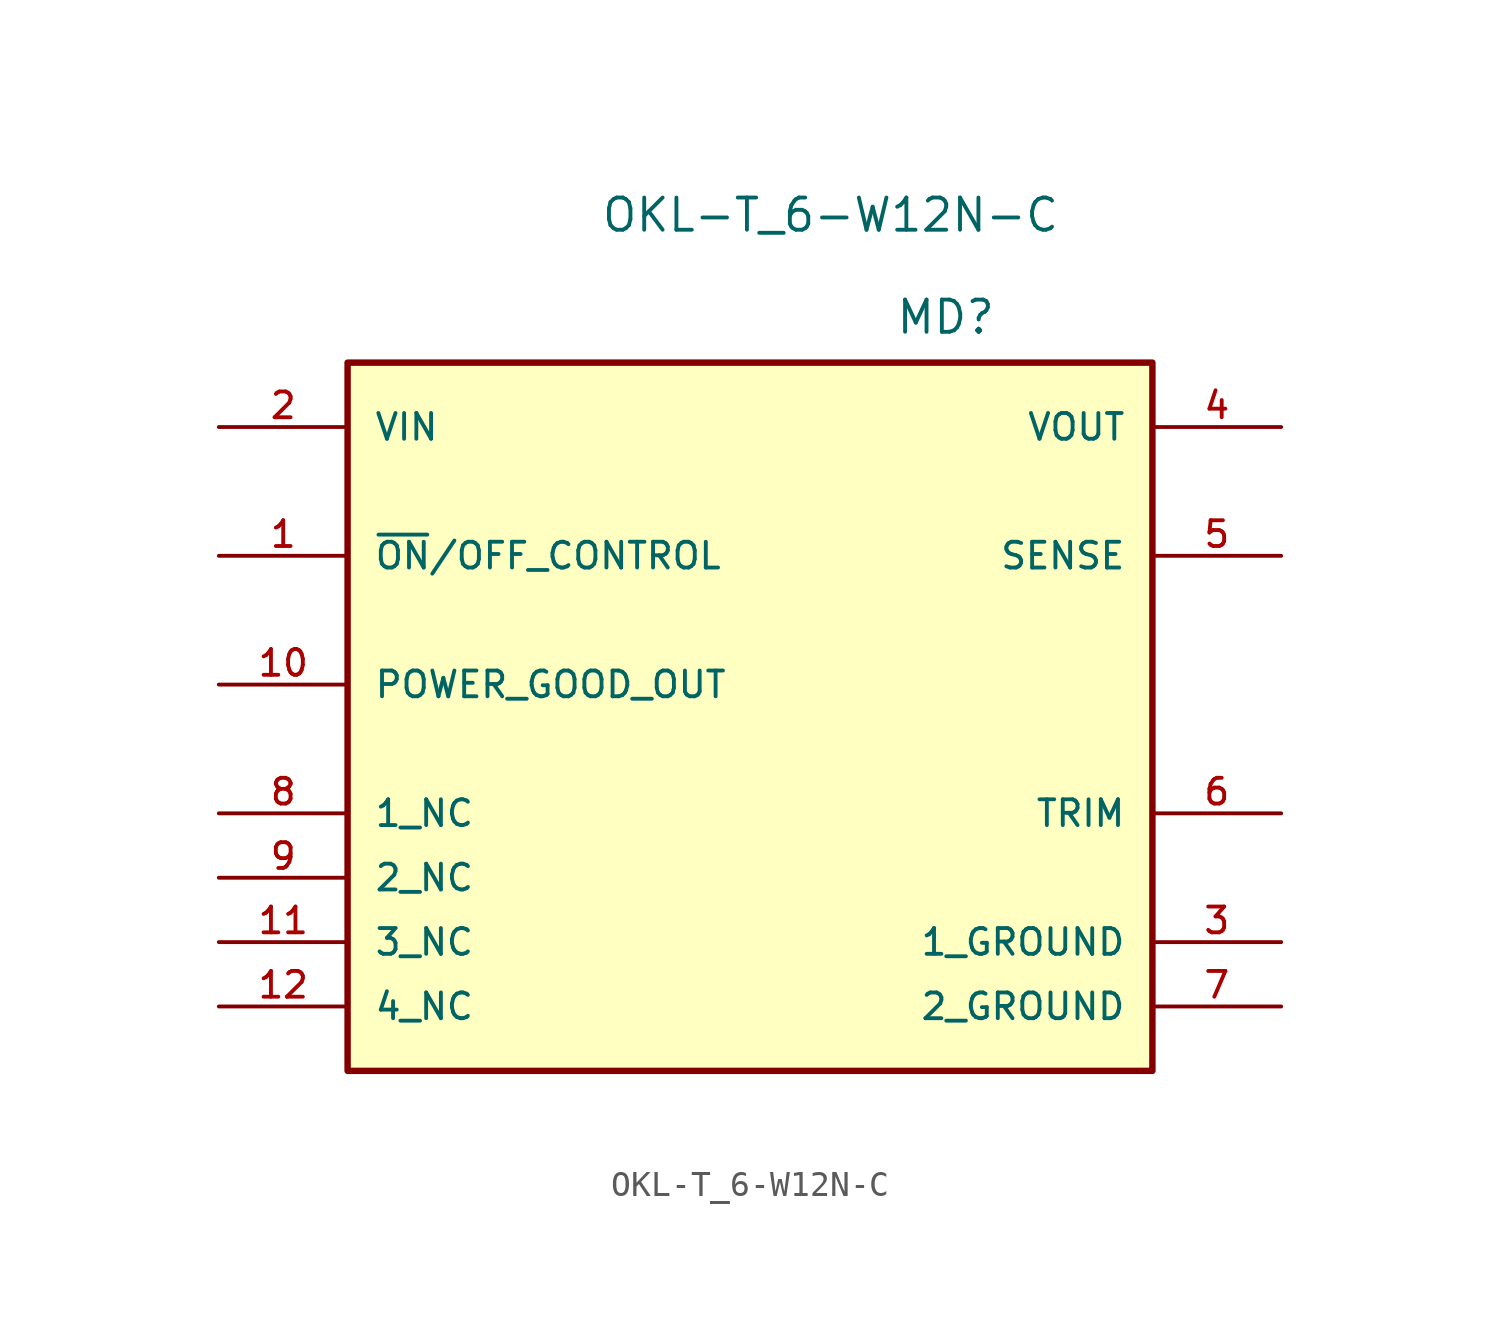
<source format=kicad_sym>
(kicad_symbol_lib
  (version 20231120)
  (generator "kicad_symbol_editor")
  (generator_version "8.0")
  (symbol "OKL-T_6-W12N-C"
    (pin_names
      (offset 1.016))
    (property "Reference" "MD"
      (at 2.54 -2.54 0)
      (effects (font (size 1.27 1.27)) (justify left top)))
    (property "Value" "OKL-T_6-W12N-C"
      (at 0 0 0)
      (effects (font (size 1.27 1.27)) (justify bottom)))
    (symbol "OKL-T_6-W12N-C_0_0"
      (rectangle (start -19.05 -5.08) (end 12.7 -33.02) (stroke (width 0.254) (type default)) (fill (type background)))
      (pin bidirectional line (at -24.13 -12.7 0) (length 5.08) (name "~{ON}/OFF_CONTROL" (effects (font (size 1.016 1.016)))) (number "1" (effects (font (size 1.016 1.016)))))
      (pin open_collector line (at -24.13 -17.78 0) (length 5.08) (name "POWER_GOOD_OUT" (effects (font (size 1.016 1.016)))) (number "10" (effects (font (size 1.016 1.016)))))
      (pin passive line (at -24.13 -27.94 0) (length 5.08) (name "3_NC" (effects (font (size 1.016 1.016)))) (number "11" (effects (font (size 1.016 1.016)))))
      (pin passive line (at -24.13 -30.48 0) (length 5.08) (name "4_NC" (effects (font (size 1.016 1.016)))) (number "12" (effects (font (size 1.016 1.016)))))
      (pin bidirectional line (at -24.13 -7.62 0) (length 5.08) (name "VIN" (effects (font (size 1.016 1.016)))) (number "2" (effects (font (size 1.016 1.016)))))
      (pin power_in line (at 17.78 -27.94 180) (length 5.08) (name "1_GROUND" (effects (font (size 1.016 1.016)))) (number "3" (effects (font (size 1.016 1.016)))))
      (pin bidirectional line (at 17.78 -7.62 180) (length 5.08) (name "VOUT" (effects (font (size 1.016 1.016)))) (number "4" (effects (font (size 1.016 1.016)))))
      (pin passive line (at 17.78 -12.7 180) (length 5.08) (name "SENSE" (effects (font (size 1.016 1.016)))) (number "5" (effects (font (size 1.016 1.016)))))
      (pin passive line (at 17.78 -22.86 180) (length 5.08) (name "TRIM" (effects (font (size 1.016 1.016)))) (number "6" (effects (font (size 1.016 1.016)))))
      (pin power_in line (at 17.78 -30.48 180) (length 5.08) (name "2_GROUND" (effects (font (size 1.016 1.016)))) (number "7" (effects (font (size 1.016 1.016)))))
      (pin passive line (at -24.13 -22.86 0) (length 5.08) (name "1_NC" (effects (font (size 1.016 1.016)))) (number "8" (effects (font (size 1.016 1.016)))))
      (pin passive line (at -24.13 -25.4 0) (length 5.08) (name "2_NC" (effects (font (size 1.016 1.016)))) (number "9" (effects (font (size 1.016 1.016))))))))
</source>
